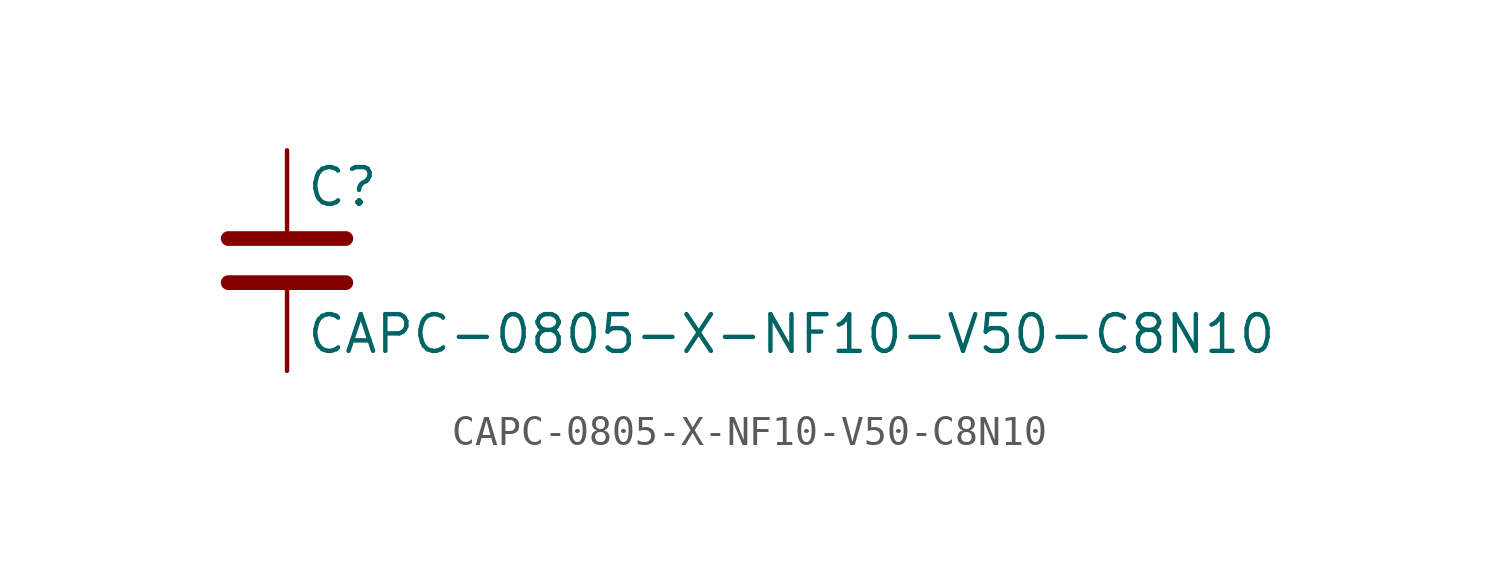
<source format=kicad_sym>
(kicad_symbol_lib
  (version 20211014)
  (generator kicad_symbol_editor)
  (symbol "CAPC-0805-X-NF10-V50-C8N10"
    (pin_numbers hide)
    (pin_names
      (offset 0.254))
    (property "Reference" "C"
      (at 0.635 2.54 0)
      (effects (font (size 1.27 1.27)) (justify left)))
    (property "Value" "CAPC-0805-X-NF10-V50-C8N10"
      (at 0.635 -2.54 0)
      (effects (font (size 1.27 1.27)) (justify left)))
    (symbol "CAPC-0805-X-NF10-V50-C8N10_0_1"
      (polyline (pts (xy -2.032 -0.762) (xy 2.032 -0.762)) (stroke (width 0.508) (type default) (color 0 0 0 0)) (fill (type none)))
      (polyline (pts (xy -2.032 0.762) (xy 2.032 0.762)) (stroke (width 0.508) (type default) (color 0 0 0 0)) (fill (type none))))
    (symbol "CAPC-0805-X-NF10-V50-C8N10_1_1"
      (pin passive line (at 0 3.81 270) (length 2.794) (name "~" (effects (font (size 1.27 1.27)))) (number "1" (effects (font (size 1.27 1.27)))))
      (pin passive line (at 0 -3.81 90) (length 2.794) (name "~" (effects (font (size 1.27 1.27)))) (number "2" (effects (font (size 1.27 1.27))))))))
</source>
